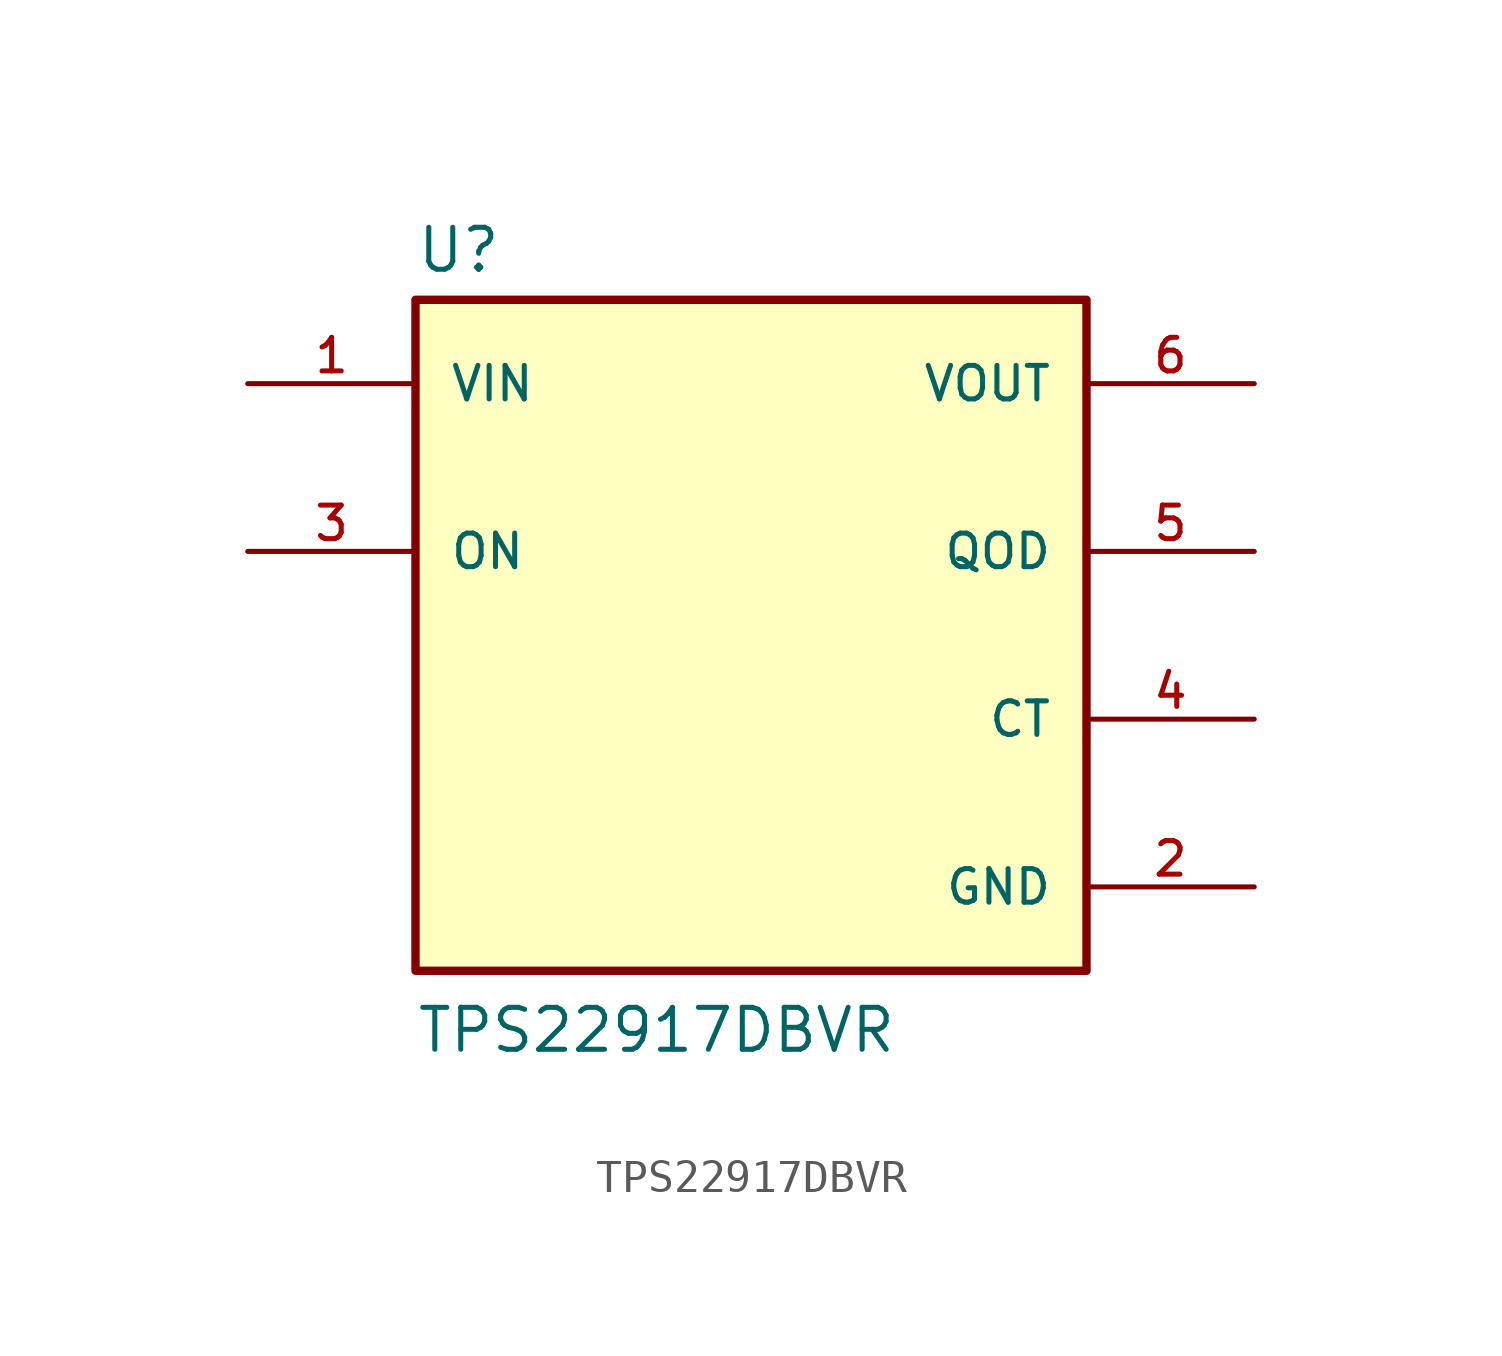
<source format=kicad_sym>
(kicad_symbol_lib
  (version 20211014)
  (generator kicad_symbol_editor)
  (symbol "TPS22917DBVR"
    (pin_names
      (offset 1.016))
    (property "Reference" "U"
      (at -10.16 10.922 0)
      (effects (font (size 1.27 1.27)) (justify bottom left)))
    (property "Value" "TPS22917DBVR"
      (at -10.16 -12.7 0)
      (effects (font (size 1.27 1.27)) (justify bottom left)))
    (symbol "TPS22917DBVR_0_0"
      (rectangle (start -10.16 -10.16) (end 10.16 10.16) (stroke (width 0.254)) (fill (type background)))
      (pin output line (at 15.24 7.62 180.0) (length 5.08) (name "VOUT" (effects (font (size 1.016 1.016)))) (number "6" (effects (font (size 1.016 1.016)))))
      (pin output line (at 15.24 2.54 180.0) (length 5.08) (name "QOD" (effects (font (size 1.016 1.016)))) (number "5" (effects (font (size 1.016 1.016)))))
      (pin power_in line (at 15.24 -7.62 180.0) (length 5.08) (name "GND" (effects (font (size 1.016 1.016)))) (number "2" (effects (font (size 1.016 1.016)))))
      (pin output line (at 15.24 -2.54 180.0) (length 5.08) (name "CT" (effects (font (size 1.016 1.016)))) (number "4" (effects (font (size 1.016 1.016)))))
      (pin input line (at -15.24 7.62 0) (length 5.08) (name "VIN" (effects (font (size 1.016 1.016)))) (number "1" (effects (font (size 1.016 1.016)))))
      (pin input line (at -15.24 2.54 0) (length 5.08) (name "ON" (effects (font (size 1.016 1.016)))) (number "3" (effects (font (size 1.016 1.016))))))))
</source>
